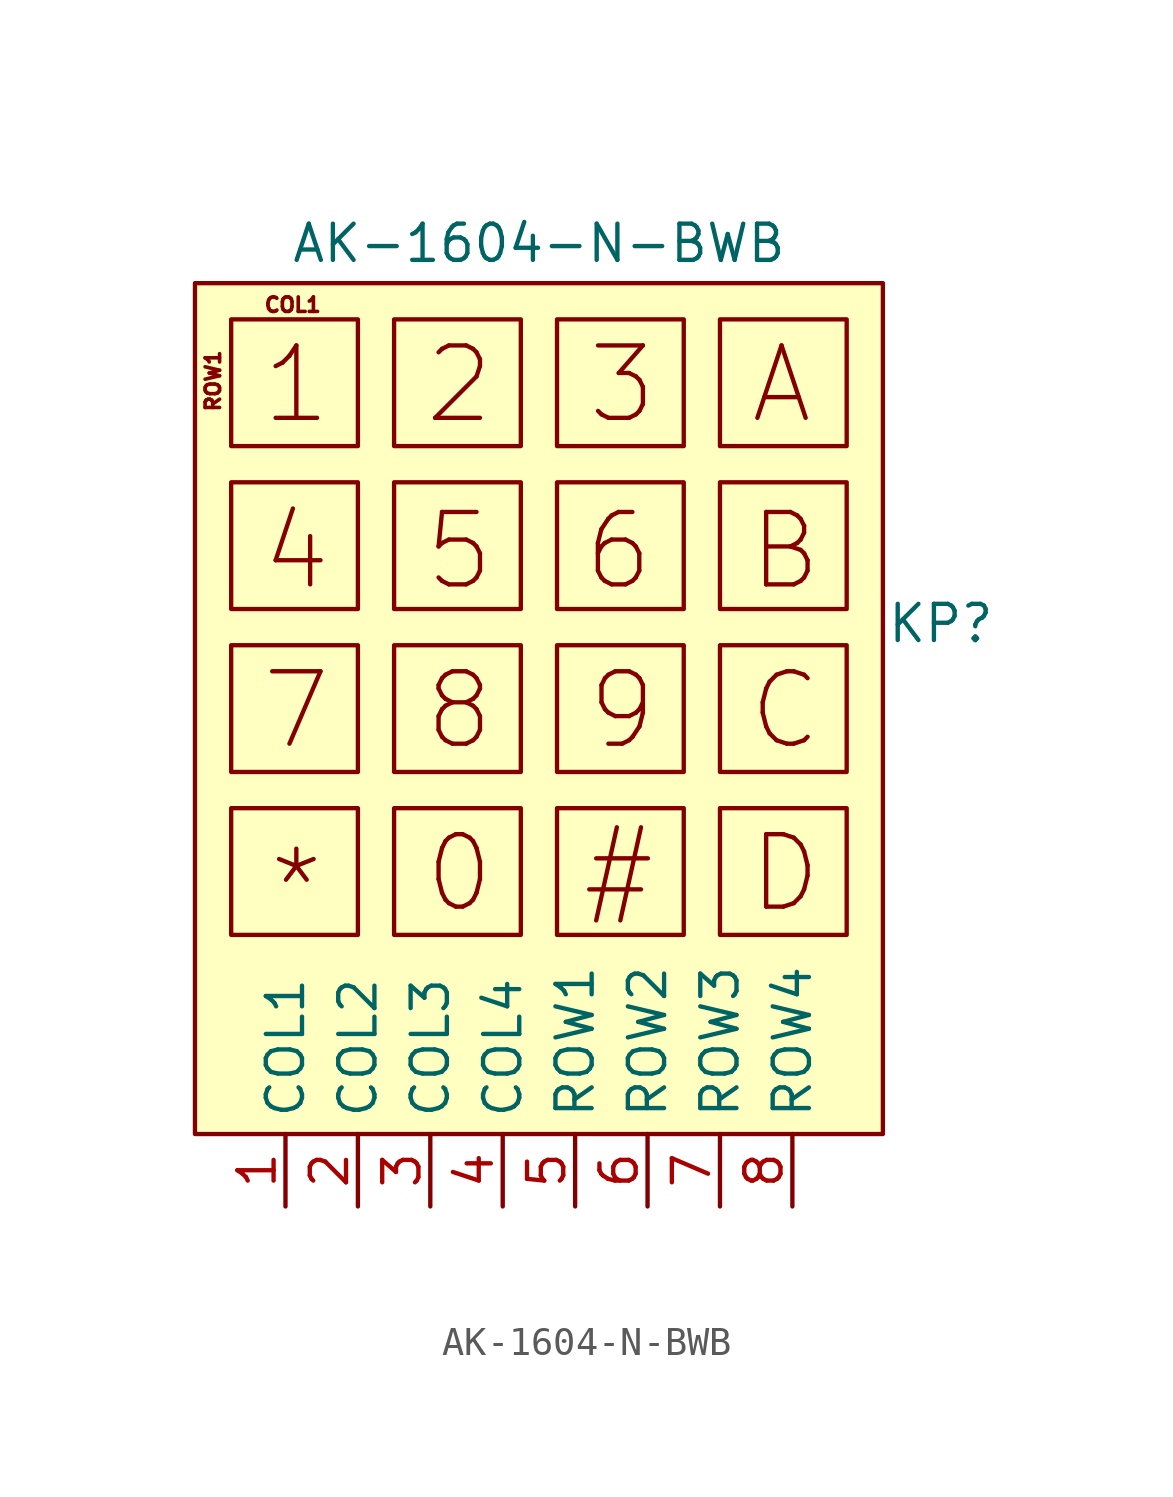
<source format=kicad_sym>
(kicad_symbol_lib
  (version 20211014)
  (generator kicad_symbol_editor)
  (symbol "AK-1604-N-BWB"
    (property "Reference" "KP"
      (at 14.097 17.907 0)
      (effects (font (size 1.27 1.27))))
    (property "Value" "AK-1604-N-BWB"
      (at 0 31.242 0)
      (effects (font (size 1.27 1.27))))
    (symbol "AK-1604-N-BWB_0_0"
      (text "#" (at 2.794 9.144 0) (effects (font (size 2.54 2.54))))
      (text "*" (at -8.509 8.636 0) (effects (font (size 2.54 2.54))))
      (text "0" (at -2.794 9.144 0) (effects (font (size 2.54 2.54))))
      (text "1" (at -8.509 26.289 0) (effects (font (size 2.54 2.54))))
      (text "2" (at -2.794 26.289 0) (effects (font (size 2.54 2.54))))
      (text "3" (at 2.921 26.289 0) (effects (font (size 2.54 2.54))))
      (text "4" (at -8.509 20.447 0) (effects (font (size 2.54 2.54))))
      (text "5" (at -2.794 20.447 0) (effects (font (size 2.54 2.54))))
      (text "6" (at 2.794 20.447 0) (effects (font (size 2.54 2.54))))
      (text "7" (at -8.509 14.859 0) (effects (font (size 2.54 2.54))))
      (text "8" (at -2.794 14.859 0) (effects (font (size 2.54 2.54))))
      (text "9" (at 2.921 14.859 0) (effects (font (size 2.54 2.54))))
      (text "A" (at 8.509 26.289 0) (effects (font (size 2.54 2.54))))
      (text "B" (at 8.636 20.447 0) (effects (font (size 2.54 2.54))))
      (text "C" (at 8.636 14.859 0) (effects (font (size 2.54 2.54))))
      (text "COL1" (at -8.636 29.083 0) (effects (font (size 0.508 0.508))))
      (text "D" (at 8.636 9.144 0) (effects (font (size 2.54 2.54))))
      (text "ROW1" (at -11.43 26.416 900) (effects (font (size 0.508 0.508))))
      (pin bidirectional line (at -8.89 -2.54 90) (length 2.54) (name "COL1" (effects (font (size 1.27 1.27)))) (number "1" (effects (font (size 1.27 1.27)))))
      (pin bidirectional line (at -6.35 -2.54 90) (length 2.54) (name "COL2" (effects (font (size 1.27 1.27)))) (number "2" (effects (font (size 1.27 1.27)))))
      (pin bidirectional line (at -3.81 -2.54 90) (length 2.54) (name "COL3" (effects (font (size 1.27 1.27)))) (number "3" (effects (font (size 1.27 1.27)))))
      (pin bidirectional line (at -1.27 -2.54 90) (length 2.54) (name "COL4" (effects (font (size 1.27 1.27)))) (number "4" (effects (font (size 1.27 1.27)))))
      (pin bidirectional line (at 1.27 -2.54 90) (length 2.54) (name "ROW1" (effects (font (size 1.27 1.27)))) (number "5" (effects (font (size 1.27 1.27)))))
      (pin bidirectional line (at 3.81 -2.54 90) (length 2.54) (name "ROW2" (effects (font (size 1.27 1.27)))) (number "6" (effects (font (size 1.27 1.27)))))
      (pin bidirectional line (at 6.35 -2.54 90) (length 2.54) (name "ROW3" (effects (font (size 1.27 1.27)))) (number "7" (effects (font (size 1.27 1.27)))))
      (pin bidirectional line (at 8.89 -2.54 90) (length 2.54) (name "ROW4" (effects (font (size 1.27 1.27)))) (number "8" (effects (font (size 1.27 1.27))))))
    (symbol "AK-1604-N-BWB_0_1"
      (rectangle (start -12.065 29.845) (end 12.065 0) (stroke (width 0.152) (type default) (color 0 0 0 0)) (fill (type background)))
      (rectangle (start -10.795 11.43) (end -6.35 6.985) (stroke (width 0.152) (type default) (color 0 0 0 0)) (fill (type none)))
      (rectangle (start -10.795 17.145) (end -6.35 12.7) (stroke (width 0.152) (type default) (color 0 0 0 0)) (fill (type none)))
      (rectangle (start -10.795 22.86) (end -6.35 18.415) (stroke (width 0.152) (type default) (color 0 0 0 0)) (fill (type none)))
      (rectangle (start -10.795 28.575) (end -6.35 24.13) (stroke (width 0.152) (type default) (color 0 0 0 0)) (fill (type none)))
      (rectangle (start -5.08 11.43) (end -0.635 6.985) (stroke (width 0.152) (type default) (color 0 0 0 0)) (fill (type none)))
      (rectangle (start -5.08 17.145) (end -0.635 12.7) (stroke (width 0.152) (type default) (color 0 0 0 0)) (fill (type none)))
      (rectangle (start -5.08 22.86) (end -0.635 18.415) (stroke (width 0.152) (type default) (color 0 0 0 0)) (fill (type none)))
      (rectangle (start -5.08 28.575) (end -0.635 24.13) (stroke (width 0.152) (type default) (color 0 0 0 0)) (fill (type none)))
      (rectangle (start 0.635 11.43) (end 5.08 6.985) (stroke (width 0.152) (type default) (color 0 0 0 0)) (fill (type none)))
      (rectangle (start 0.635 17.145) (end 5.08 12.7) (stroke (width 0.152) (type default) (color 0 0 0 0)) (fill (type none)))
      (rectangle (start 0.635 22.86) (end 5.08 18.415) (stroke (width 0.152) (type default) (color 0 0 0 0)) (fill (type none)))
      (rectangle (start 0.635 28.575) (end 5.08 24.13) (stroke (width 0.152) (type default) (color 0 0 0 0)) (fill (type none)))
      (rectangle (start 6.35 11.43) (end 10.795 6.985) (stroke (width 0.152) (type default) (color 0 0 0 0)) (fill (type none)))
      (rectangle (start 6.35 17.145) (end 10.795 12.7) (stroke (width 0.152) (type default) (color 0 0 0 0)) (fill (type none)))
      (rectangle (start 6.35 22.86) (end 10.795 18.415) (stroke (width 0.152) (type default) (color 0 0 0 0)) (fill (type none)))
      (rectangle (start 6.35 28.575) (end 10.795 24.13) (stroke (width 0.152) (type default) (color 0 0 0 0)) (fill (type none))))))
</source>
